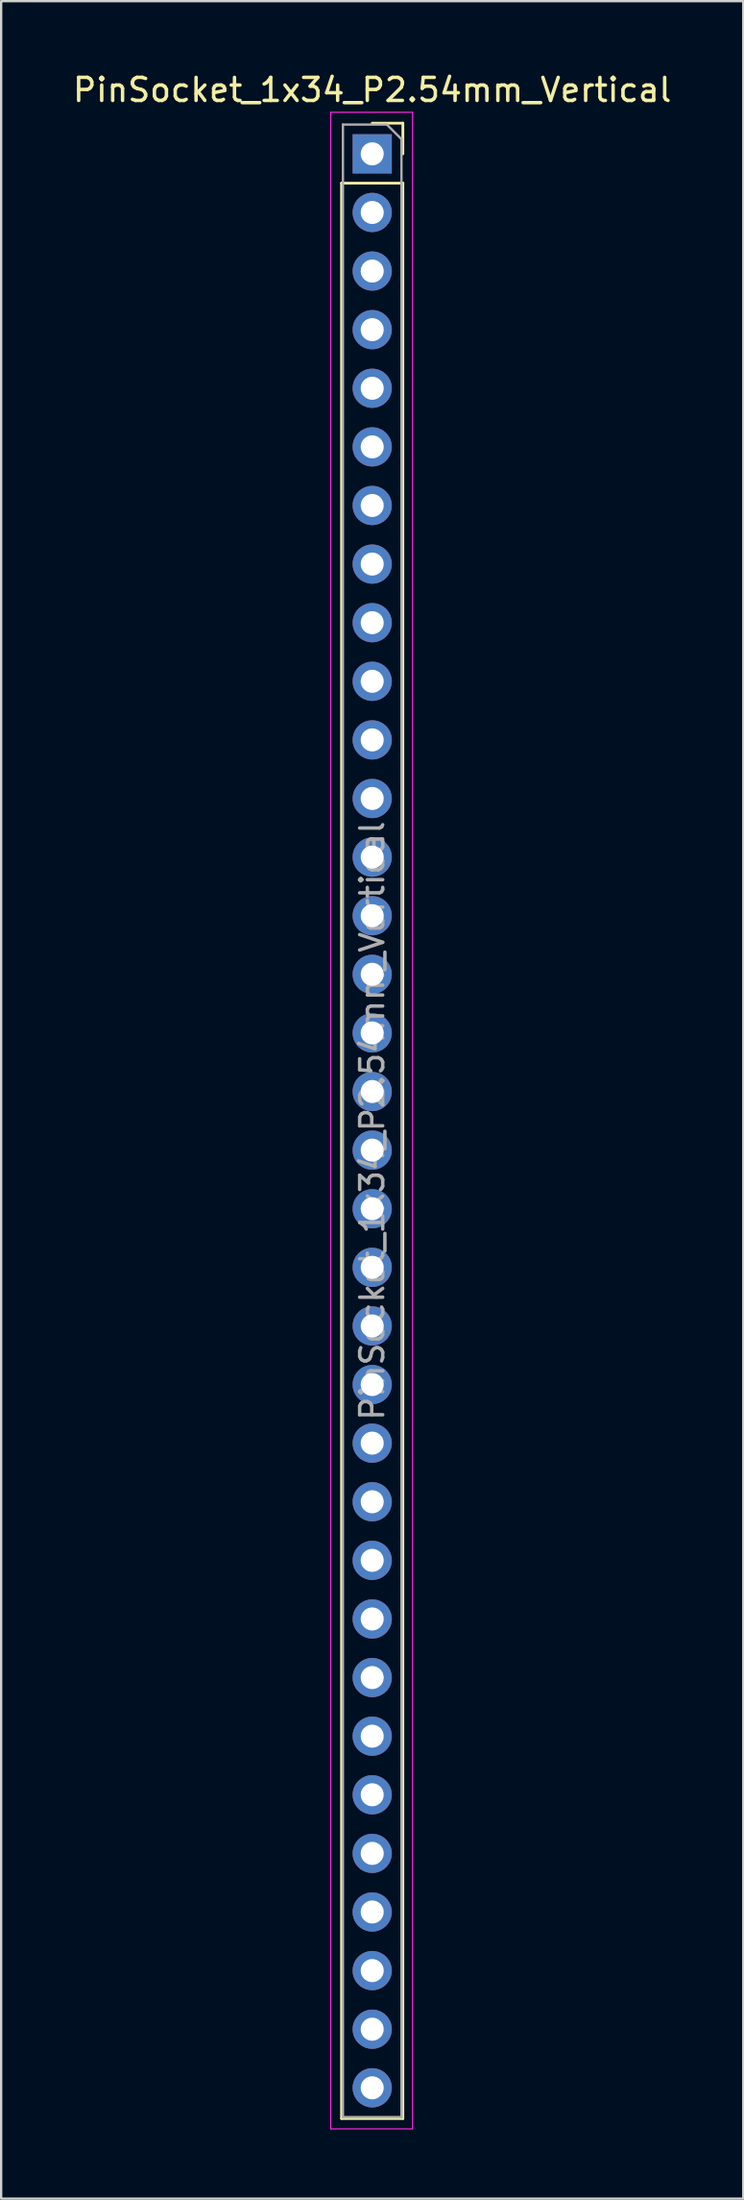
<source format=kicad_pcb>
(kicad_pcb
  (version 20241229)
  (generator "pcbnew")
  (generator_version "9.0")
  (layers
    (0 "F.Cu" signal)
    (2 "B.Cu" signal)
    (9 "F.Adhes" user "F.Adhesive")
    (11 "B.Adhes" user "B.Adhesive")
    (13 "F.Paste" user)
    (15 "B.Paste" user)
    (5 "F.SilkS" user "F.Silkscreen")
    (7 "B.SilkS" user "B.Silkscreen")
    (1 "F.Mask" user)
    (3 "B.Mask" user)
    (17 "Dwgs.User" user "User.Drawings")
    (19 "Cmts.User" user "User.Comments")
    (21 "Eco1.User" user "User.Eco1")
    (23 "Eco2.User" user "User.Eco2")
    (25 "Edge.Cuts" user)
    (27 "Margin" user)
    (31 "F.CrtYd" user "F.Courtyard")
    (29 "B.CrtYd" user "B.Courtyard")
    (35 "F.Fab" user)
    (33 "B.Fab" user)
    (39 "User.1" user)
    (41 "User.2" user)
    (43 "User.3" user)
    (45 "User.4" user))
  (footprint "PinSocket_1x34_P2.54mm_Vertical"
    (layer "F.Cu")
    (at 13.101 3.618)
    (property "Reference" "PinSocket_1x34_P2.54mm_Vertical" (at 0 -2.77 0) (layer "F.SilkS") (effects (font (size 1 1) (thickness 0.15))))
    (attr through_hole)
    (fp_line (start -1.33 1.27) (end -1.33 85.15) (stroke (width 0.12) (type solid)) (layer "F.SilkS"))
    (fp_line (start -1.33 1.27) (end 1.33 1.27) (stroke (width 0.12) (type solid)) (layer "F.SilkS"))
    (fp_line (start -1.33 85.15) (end 1.33 85.15) (stroke (width 0.12) (type solid)) (layer "F.SilkS"))
    (fp_line (start 0 -1.33) (end 1.33 -1.33) (stroke (width 0.12) (type solid)) (layer "F.SilkS"))
    (fp_line (start 1.33 -1.33) (end 1.33 0) (stroke (width 0.12) (type solid)) (layer "F.SilkS"))
    (fp_line (start 1.33 1.27) (end 1.33 85.15) (stroke (width 0.12) (type solid)) (layer "F.SilkS"))
    (fp_line (start -1.8 -1.8) (end 1.75 -1.8) (stroke (width 0.05) (type solid)) (layer "F.CrtYd"))
    (fp_line (start -1.8 85.6) (end -1.8 -1.8) (stroke (width 0.05) (type solid)) (layer "F.CrtYd"))
    (fp_line (start 1.75 -1.8) (end 1.75 85.6) (stroke (width 0.05) (type solid)) (layer "F.CrtYd"))
    (fp_line (start 1.75 85.6) (end -1.8 85.6) (stroke (width 0.05) (type solid)) (layer "F.CrtYd"))
    (fp_line (start -1.27 -1.27) (end 0.635 -1.27) (stroke (width 0.1) (type solid)) (layer "F.Fab"))
    (fp_line (start -1.27 85.09) (end -1.27 -1.27) (stroke (width 0.1) (type solid)) (layer "F.Fab"))
    (fp_line (start 0.635 -1.27) (end 1.27 -0.635) (stroke (width 0.1) (type solid)) (layer "F.Fab"))
    (fp_line (start 1.27 -0.635) (end 1.27 85.09) (stroke (width 0.1) (type solid)) (layer "F.Fab"))
    (fp_line (start 1.27 85.09) (end -1.27 85.09) (stroke (width 0.1) (type solid)) (layer "F.Fab"))
    (fp_text user "${REFERENCE}" (at 0 41.91 90) (layer "F.Fab") (effects (font (size 1 1) (thickness 0.15))))
    (pad "1" thru_hole rect (at 0 0) (size 1.7 1.7) (drill 1) (layers "*.Cu" "*.Mask"))
    (pad "2" thru_hole circle (at 0 2.54) (size 1.7 1.7) (drill 1) (layers "*.Cu" "*.Mask"))
    (pad "3" thru_hole circle (at 0 5.08) (size 1.7 1.7) (drill 1) (layers "*.Cu" "*.Mask"))
    (pad "4" thru_hole circle (at 0 7.62) (size 1.7 1.7) (drill 1) (layers "*.Cu" "*.Mask"))
    (pad "5" thru_hole circle (at 0 10.16) (size 1.7 1.7) (drill 1) (layers "*.Cu" "*.Mask"))
    (pad "6" thru_hole circle (at 0 12.7) (size 1.7 1.7) (drill 1) (layers "*.Cu" "*.Mask"))
    (pad "7" thru_hole circle (at 0 15.24) (size 1.7 1.7) (drill 1) (layers "*.Cu" "*.Mask"))
    (pad "8" thru_hole circle (at 0 17.78) (size 1.7 1.7) (drill 1) (layers "*.Cu" "*.Mask"))
    (pad "9" thru_hole circle (at 0 20.32) (size 1.7 1.7) (drill 1) (layers "*.Cu" "*.Mask"))
    (pad "10" thru_hole circle (at 0 22.86) (size 1.7 1.7) (drill 1) (layers "*.Cu" "*.Mask"))
    (pad "11" thru_hole circle (at 0 25.4) (size 1.7 1.7) (drill 1) (layers "*.Cu" "*.Mask"))
    (pad "12" thru_hole circle (at 0 27.94) (size 1.7 1.7) (drill 1) (layers "*.Cu" "*.Mask"))
    (pad "13" thru_hole circle (at 0 30.48) (size 1.7 1.7) (drill 1) (layers "*.Cu" "*.Mask"))
    (pad "14" thru_hole circle (at 0 33.02) (size 1.7 1.7) (drill 1) (layers "*.Cu" "*.Mask"))
    (pad "15" thru_hole circle (at 0 35.56) (size 1.7 1.7) (drill 1) (layers "*.Cu" "*.Mask"))
    (pad "16" thru_hole circle (at 0 38.1) (size 1.7 1.7) (drill 1) (layers "*.Cu" "*.Mask"))
    (pad "17" thru_hole circle (at 0 40.64) (size 1.7 1.7) (drill 1) (layers "*.Cu" "*.Mask"))
    (pad "18" thru_hole circle (at 0 43.18) (size 1.7 1.7) (drill 1) (layers "*.Cu" "*.Mask"))
    (pad "19" thru_hole circle (at 0 45.72) (size 1.7 1.7) (drill 1) (layers "*.Cu" "*.Mask"))
    (pad "20" thru_hole circle (at 0 48.26) (size 1.7 1.7) (drill 1) (layers "*.Cu" "*.Mask"))
    (pad "21" thru_hole circle (at 0 50.8) (size 1.7 1.7) (drill 1) (layers "*.Cu" "*.Mask"))
    (pad "22" thru_hole circle (at 0 53.34) (size 1.7 1.7) (drill 1) (layers "*.Cu" "*.Mask"))
    (pad "23" thru_hole circle (at 0 55.88) (size 1.7 1.7) (drill 1) (layers "*.Cu" "*.Mask"))
    (pad "24" thru_hole circle (at 0 58.42) (size 1.7 1.7) (drill 1) (layers "*.Cu" "*.Mask"))
    (pad "25" thru_hole circle (at 0 60.96) (size 1.7 1.7) (drill 1) (layers "*.Cu" "*.Mask"))
    (pad "26" thru_hole circle (at 0 63.5) (size 1.7 1.7) (drill 1) (layers "*.Cu" "*.Mask"))
    (pad "27" thru_hole circle (at 0 66.04) (size 1.7 1.7) (drill 1) (layers "*.Cu" "*.Mask"))
    (pad "28" thru_hole circle (at 0 68.58) (size 1.7 1.7) (drill 1) (layers "*.Cu" "*.Mask"))
    (pad "29" thru_hole circle (at 0 71.12) (size 1.7 1.7) (drill 1) (layers "*.Cu" "*.Mask"))
    (pad "30" thru_hole circle (at 0 73.66) (size 1.7 1.7) (drill 1) (layers "*.Cu" "*.Mask"))
    (pad "31" thru_hole circle (at 0 76.2) (size 1.7 1.7) (drill 1) (layers "*.Cu" "*.Mask"))
    (pad "32" thru_hole circle (at 0 78.74) (size 1.7 1.7) (drill 1) (layers "*.Cu" "*.Mask"))
    (pad "33" thru_hole circle (at 0 81.28) (size 1.7 1.7) (drill 1) (layers "*.Cu" "*.Mask"))
    (pad "34" thru_hole circle (at 0 83.82) (size 1.7 1.7) (drill 1) (layers "*.Cu" "*.Mask")))
  (gr_rect
    (start -3 -3)
    (end 29.202 92.243)
    (stroke (width 0.1) (type default))
    (fill no)
    (layer "Edge.Cuts")))
</source>
